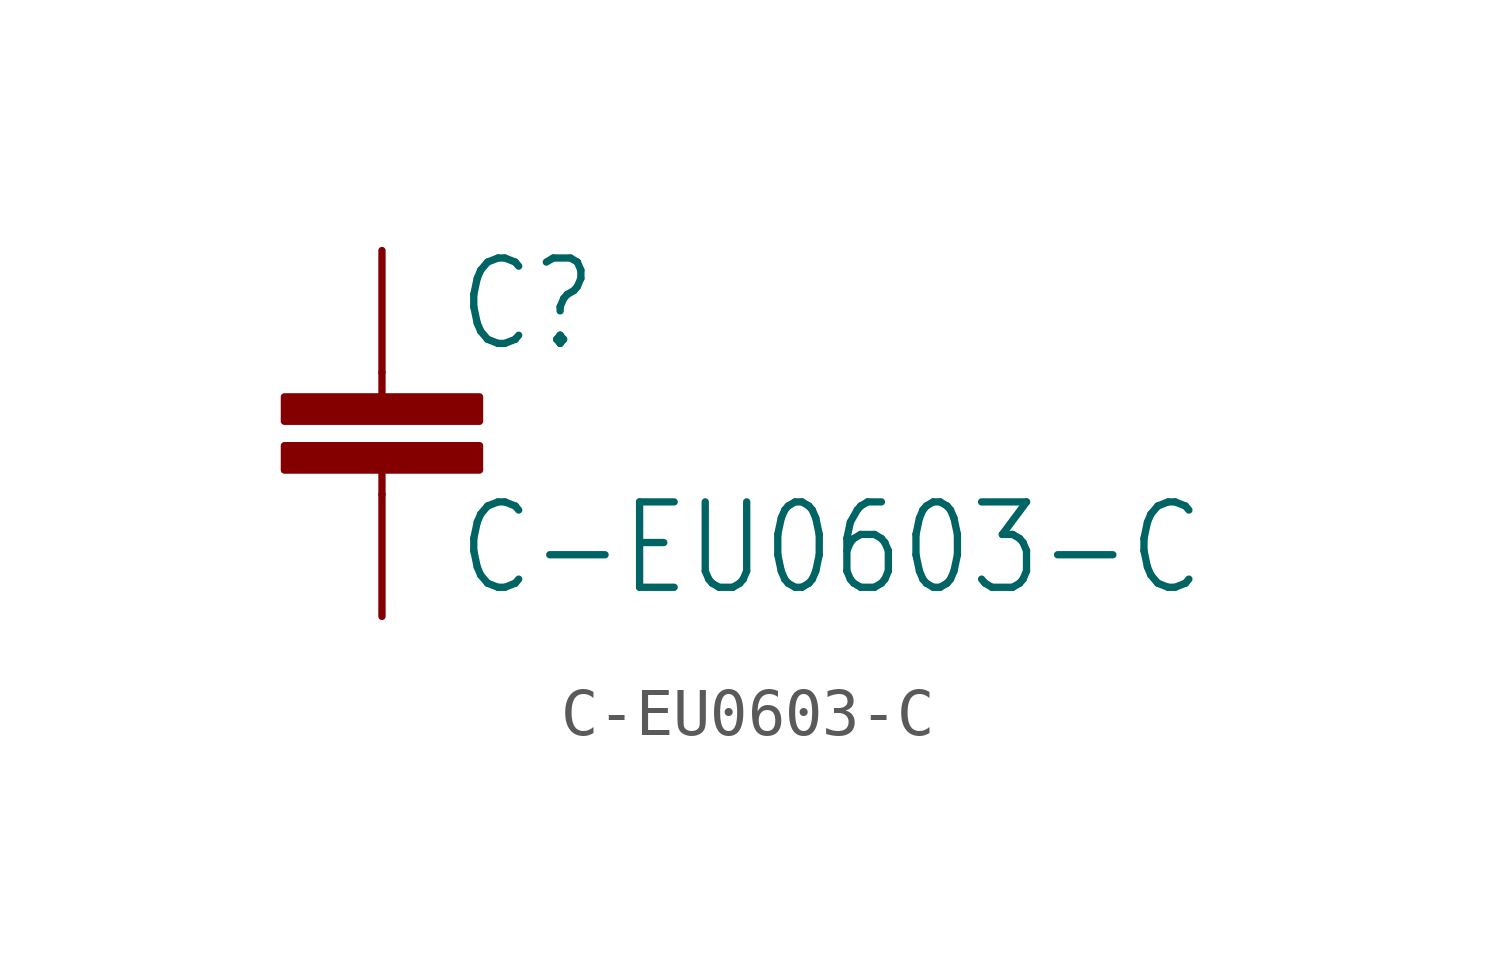
<source format=kicad_sym>
(kicad_symbol_lib
  (version 20210619)
  (generator kicad_symbol_editor)
  (symbol "C-EU0603-C"
    (property "Reference" "C"
      (at 1.524 0.381 0)
      (effects (font (size 1.778 1.511)) (justify left bottom)))
    (property "Value" "C-EU0603-C"
      (at 1.524 -4.699 0)
      (effects (font (size 1.778 1.511)) (justify left bottom)))
    (property "ki_locked" ""
      (at 0 0 0)
      (effects (font (size 1.27 1.27))))
    (symbol "C-EU0603-C_1_0"
      (rectangle (start -2.032 -2.032) (end 2.032 -1.524) (stroke (width 0)) (fill (type outline)))
      (rectangle (start -2.032 -1.016) (end 2.032 -0.508) (stroke (width 0)) (fill (type outline)))
      (polyline (pts (xy 0 -2.54) (xy 0 -2.032)) (stroke (width 0.152)) (fill (type none)))
      (polyline (pts (xy 0 0) (xy 0 -0.508)) (stroke (width 0.152)) (fill (type none)))
      (pin passive line (at 0 2.54 270) (length 2.54) (name "1" (effects (font (size 0 0)))) (number "1" (effects (font (size 0 0)))))
      (pin passive line (at 0 -5.08 90) (length 2.54) (name "2" (effects (font (size 0 0)))) (number "2" (effects (font (size 0 0))))))))
</source>
